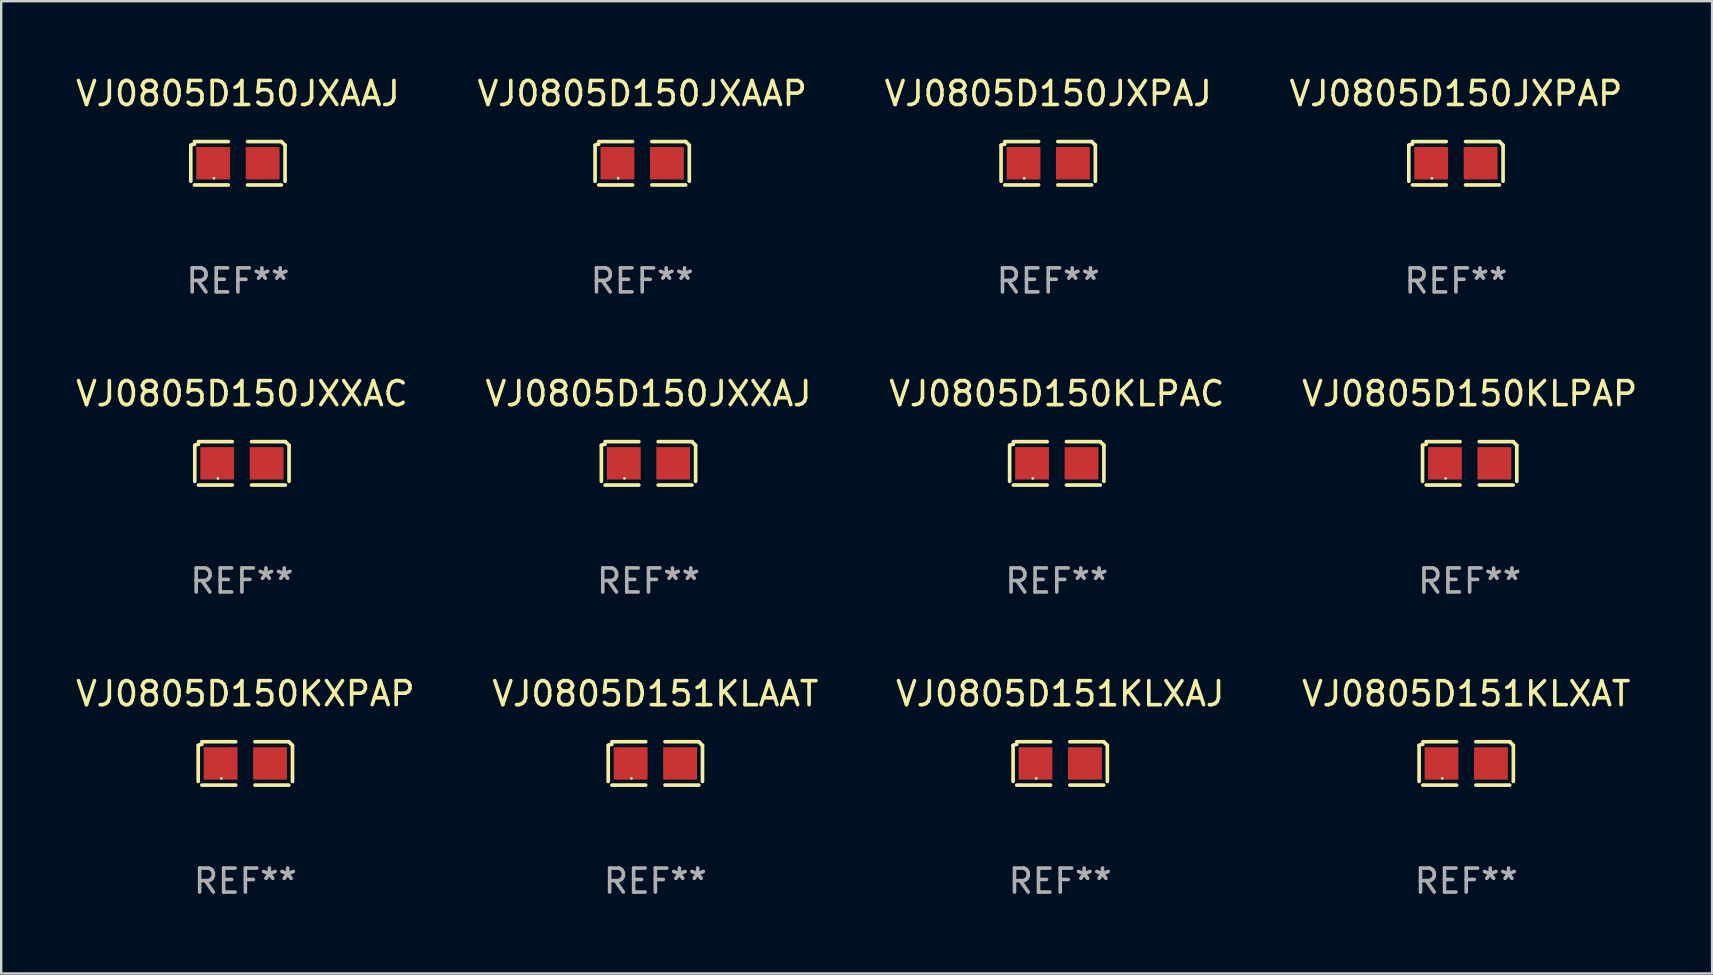
<source format=kicad_pcb>
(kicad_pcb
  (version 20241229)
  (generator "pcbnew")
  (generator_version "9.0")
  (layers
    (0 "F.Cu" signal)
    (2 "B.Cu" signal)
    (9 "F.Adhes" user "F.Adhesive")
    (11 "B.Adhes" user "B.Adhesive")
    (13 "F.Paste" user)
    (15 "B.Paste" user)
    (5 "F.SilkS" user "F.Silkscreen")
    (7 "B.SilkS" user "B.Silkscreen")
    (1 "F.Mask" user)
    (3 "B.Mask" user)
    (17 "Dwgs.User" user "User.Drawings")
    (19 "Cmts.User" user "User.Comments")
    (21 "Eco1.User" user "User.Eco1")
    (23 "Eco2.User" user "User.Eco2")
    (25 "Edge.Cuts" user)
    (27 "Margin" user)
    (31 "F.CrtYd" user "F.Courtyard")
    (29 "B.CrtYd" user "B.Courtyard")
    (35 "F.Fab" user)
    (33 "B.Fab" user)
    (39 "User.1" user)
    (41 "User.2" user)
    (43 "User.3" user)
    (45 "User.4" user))
  (footprint "VJ0805D151KLAAT"
    (layer "F.Cu")
    (at 24.256 28.759)
    (property "Reference" "VJ0805D151KLAAT" (at 0 -2.904 0) (layer "F.SilkS") (effects (font (size 1 1) (thickness 0.15))))
    (attr through_hole)
    (fp_line (start -1.964 0.751) (end -1.964 -0.751) (stroke (width 0.152) (type solid)) (layer "F.SilkS"))
    (fp_line (start -1.811 -0.904) (end -0.401 -0.904) (stroke (width 0.152) (type solid)) (layer "F.SilkS"))
    (fp_line (start -0.401 0.904) (end -1.811 0.904) (stroke (width 0.152) (type solid)) (layer "F.SilkS"))
    (fp_line (start 0.401 0.904) (end 1.811 0.904) (stroke (width 0.152) (type solid)) (layer "F.SilkS"))
    (fp_line (start 1.811 -0.904) (end 0.401 -0.904) (stroke (width 0.152) (type solid)) (layer "F.SilkS"))
    (fp_line (start 1.964 0.751) (end 1.964 -0.751) (stroke (width 0.152) (type solid)) (layer "F.SilkS"))
    (fp_arc (start -1.963602 -0.751207) (mid -1.890354 -0.783131) (end -1.811201 -0.794044) (stroke (width 0.1524) (type solid)) (layer "F.SilkS"))
    (fp_arc (start 1.811202 -0.903607) (mid 1.887413 -0.827418) (end 1.963602 -0.751207) (stroke (width 0.1524) (type solid)) (layer "F.SilkS"))
    (fp_circle (center -1 0.625) (end -0.97 0.625) (stroke (width 0.06) (type solid)) (fill no) (layer "F.SilkS"))
    (fp_text user "REF**" (at 0 4.904 0) (layer "F.Fab") (effects (font (size 1 1) (thickness 0.15))))
    (pad "1" smd rect (at -1.03 0) (size 1.41 1.35) (layers "F.Cu" "F.Mask" "F.Paste"))
    (pad "2" smd rect (at 1.03 0) (size 1.41 1.35) (layers "F.Cu" "F.Mask" "F.Paste")))
  (footprint "VJ0805D150KXPAP"
    (layer "F.Cu")
    (at 7.173 28.759)
    (property "Reference" "VJ0805D150KXPAP" (at 0 -2.904 0) (layer "F.SilkS") (effects (font (size 1 1) (thickness 0.15))))
    (attr through_hole)
    (fp_line (start -1.964 0.751) (end -1.964 -0.751) (stroke (width 0.152) (type solid)) (layer "F.SilkS"))
    (fp_line (start -1.811 -0.904) (end -0.401 -0.904) (stroke (width 0.152) (type solid)) (layer "F.SilkS"))
    (fp_line (start -0.401 0.904) (end -1.811 0.904) (stroke (width 0.152) (type solid)) (layer "F.SilkS"))
    (fp_line (start 0.401 0.904) (end 1.811 0.904) (stroke (width 0.152) (type solid)) (layer "F.SilkS"))
    (fp_line (start 1.811 -0.904) (end 0.401 -0.904) (stroke (width 0.152) (type solid)) (layer "F.SilkS"))
    (fp_line (start 1.964 0.751) (end 1.964 -0.751) (stroke (width 0.152) (type solid)) (layer "F.SilkS"))
    (fp_arc (start -1.963602 -0.751207) (mid -1.890354 -0.783131) (end -1.811201 -0.794044) (stroke (width 0.1524) (type solid)) (layer "F.SilkS"))
    (fp_arc (start 1.811202 -0.903607) (mid 1.887413 -0.827418) (end 1.963602 -0.751207) (stroke (width 0.1524) (type solid)) (layer "F.SilkS"))
    (fp_circle (center -1 0.625) (end -0.97 0.625) (stroke (width 0.06) (type solid)) (fill no) (layer "F.SilkS"))
    (fp_text user "REF**" (at 0 4.904 0) (layer "F.Fab") (effects (font (size 1 1) (thickness 0.15))))
    (pad "1" smd rect (at -1.03 0) (size 1.41 1.35) (layers "F.Cu" "F.Mask" "F.Paste"))
    (pad "2" smd rect (at 1.03 0) (size 1.41 1.35) (layers "F.Cu" "F.Mask" "F.Paste")))
  (footprint "VJ0805D151KLXAT"
    (layer "F.Cu")
    (at 58.042 28.759)
    (property "Reference" "VJ0805D151KLXAT" (at 0 -2.904 0) (layer "F.SilkS") (effects (font (size 1 1) (thickness 0.15))))
    (attr through_hole)
    (fp_line (start -1.964 0.751) (end -1.964 -0.751) (stroke (width 0.152) (type solid)) (layer "F.SilkS"))
    (fp_line (start -1.811 -0.904) (end -0.401 -0.904) (stroke (width 0.152) (type solid)) (layer "F.SilkS"))
    (fp_line (start -0.401 0.904) (end -1.811 0.904) (stroke (width 0.152) (type solid)) (layer "F.SilkS"))
    (fp_line (start 0.401 0.904) (end 1.811 0.904) (stroke (width 0.152) (type solid)) (layer "F.SilkS"))
    (fp_line (start 1.811 -0.904) (end 0.401 -0.904) (stroke (width 0.152) (type solid)) (layer "F.SilkS"))
    (fp_line (start 1.964 0.751) (end 1.964 -0.751) (stroke (width 0.152) (type solid)) (layer "F.SilkS"))
    (fp_arc (start -1.963602 -0.751207) (mid -1.890354 -0.783131) (end -1.811201 -0.794044) (stroke (width 0.1524) (type solid)) (layer "F.SilkS"))
    (fp_arc (start 1.811202 -0.903607) (mid 1.887413 -0.827418) (end 1.963602 -0.751207) (stroke (width 0.1524) (type solid)) (layer "F.SilkS"))
    (fp_circle (center -1 0.625) (end -0.97 0.625) (stroke (width 0.06) (type solid)) (fill no) (layer "F.SilkS"))
    (fp_text user "REF**" (at 0 4.904 0) (layer "F.Fab") (effects (font (size 1 1) (thickness 0.15))))
    (pad "1" smd rect (at -1.03 0) (size 1.41 1.35) (layers "F.Cu" "F.Mask" "F.Paste"))
    (pad "2" smd rect (at 1.03 0) (size 1.41 1.35) (layers "F.Cu" "F.Mask" "F.Paste")))
  (footprint "VJ0805D150JXXAC"
    (layer "F.Cu")
    (at 7.03 16.256)
    (property "Reference" "VJ0805D150JXXAC" (at 0 -2.904 0) (layer "F.SilkS") (effects (font (size 1 1) (thickness 0.15))))
    (attr through_hole)
    (fp_line (start -1.964 0.751) (end -1.964 -0.751) (stroke (width 0.152) (type solid)) (layer "F.SilkS"))
    (fp_line (start -1.811 -0.904) (end -0.401 -0.904) (stroke (width 0.152) (type solid)) (layer "F.SilkS"))
    (fp_line (start -0.401 0.904) (end -1.811 0.904) (stroke (width 0.152) (type solid)) (layer "F.SilkS"))
    (fp_line (start 0.401 0.904) (end 1.811 0.904) (stroke (width 0.152) (type solid)) (layer "F.SilkS"))
    (fp_line (start 1.811 -0.904) (end 0.401 -0.904) (stroke (width 0.152) (type solid)) (layer "F.SilkS"))
    (fp_line (start 1.964 0.751) (end 1.964 -0.751) (stroke (width 0.152) (type solid)) (layer "F.SilkS"))
    (fp_arc (start -1.963602 -0.751207) (mid -1.890354 -0.783131) (end -1.811201 -0.794044) (stroke (width 0.1524) (type solid)) (layer "F.SilkS"))
    (fp_arc (start 1.811202 -0.903607) (mid 1.887413 -0.827418) (end 1.963602 -0.751207) (stroke (width 0.1524) (type solid)) (layer "F.SilkS"))
    (fp_circle (center -1 0.625) (end -0.97 0.625) (stroke (width 0.06) (type solid)) (fill no) (layer "F.SilkS"))
    (fp_text user "REF**" (at 0 4.904 0) (layer "F.Fab") (effects (font (size 1 1) (thickness 0.15))))
    (pad "1" smd rect (at -1.03 0) (size 1.41 1.35) (layers "F.Cu" "F.Mask" "F.Paste"))
    (pad "2" smd rect (at 1.03 0) (size 1.41 1.35) (layers "F.Cu" "F.Mask" "F.Paste")))
  (footprint "VJ0805D150JXAAP"
    (layer "F.Cu")
    (at 23.708 3.752)
    (property "Reference" "VJ0805D150JXAAP" (at 0 -2.904 0) (layer "F.SilkS") (effects (font (size 1 1) (thickness 0.15))))
    (attr through_hole)
    (fp_line (start -1.964 0.751) (end -1.964 -0.751) (stroke (width 0.152) (type solid)) (layer "F.SilkS"))
    (fp_line (start -1.811 -0.904) (end -0.401 -0.904) (stroke (width 0.152) (type solid)) (layer "F.SilkS"))
    (fp_line (start -0.401 0.904) (end -1.811 0.904) (stroke (width 0.152) (type solid)) (layer "F.SilkS"))
    (fp_line (start 0.401 0.904) (end 1.811 0.904) (stroke (width 0.152) (type solid)) (layer "F.SilkS"))
    (fp_line (start 1.811 -0.904) (end 0.401 -0.904) (stroke (width 0.152) (type solid)) (layer "F.SilkS"))
    (fp_line (start 1.964 0.751) (end 1.964 -0.751) (stroke (width 0.152) (type solid)) (layer "F.SilkS"))
    (fp_arc (start -1.963602 -0.751207) (mid -1.890354 -0.783131) (end -1.811201 -0.794044) (stroke (width 0.1524) (type solid)) (layer "F.SilkS"))
    (fp_arc (start 1.811202 -0.903607) (mid 1.887413 -0.827418) (end 1.963602 -0.751207) (stroke (width 0.1524) (type solid)) (layer "F.SilkS"))
    (fp_circle (center -1 0.625) (end -0.97 0.625) (stroke (width 0.06) (type solid)) (fill no) (layer "F.SilkS"))
    (fp_text user "REF**" (at 0 4.904 0) (layer "F.Fab") (effects (font (size 1 1) (thickness 0.15))))
    (pad "1" smd rect (at -1.03 0) (size 1.41 1.35) (layers "F.Cu" "F.Mask" "F.Paste"))
    (pad "2" smd rect (at 1.03 0) (size 1.41 1.35) (layers "F.Cu" "F.Mask" "F.Paste")))
  (footprint "VJ0805D150JXAAJ"
    (layer "F.Cu")
    (at 6.863 3.752)
    (property "Reference" "VJ0805D150JXAAJ" (at 0 -2.904 0) (layer "F.SilkS") (effects (font (size 1 1) (thickness 0.15))))
    (attr through_hole)
    (fp_line (start -1.964 0.751) (end -1.964 -0.751) (stroke (width 0.152) (type solid)) (layer "F.SilkS"))
    (fp_line (start -1.811 -0.904) (end -0.401 -0.904) (stroke (width 0.152) (type solid)) (layer "F.SilkS"))
    (fp_line (start -0.401 0.904) (end -1.811 0.904) (stroke (width 0.152) (type solid)) (layer "F.SilkS"))
    (fp_line (start 0.401 0.904) (end 1.811 0.904) (stroke (width 0.152) (type solid)) (layer "F.SilkS"))
    (fp_line (start 1.811 -0.904) (end 0.401 -0.904) (stroke (width 0.152) (type solid)) (layer "F.SilkS"))
    (fp_line (start 1.964 0.751) (end 1.964 -0.751) (stroke (width 0.152) (type solid)) (layer "F.SilkS"))
    (fp_arc (start -1.963602 -0.751207) (mid -1.890354 -0.783131) (end -1.811201 -0.794044) (stroke (width 0.1524) (type solid)) (layer "F.SilkS"))
    (fp_arc (start 1.811202 -0.903607) (mid 1.887413 -0.827418) (end 1.963602 -0.751207) (stroke (width 0.1524) (type solid)) (layer "F.SilkS"))
    (fp_circle (center -1 0.625) (end -0.97 0.625) (stroke (width 0.06) (type solid)) (fill no) (layer "F.SilkS"))
    (fp_text user "REF**" (at 0 4.904 0) (layer "F.Fab") (effects (font (size 1 1) (thickness 0.15))))
    (pad "1" smd rect (at -1.03 0) (size 1.41 1.35) (layers "F.Cu" "F.Mask" "F.Paste"))
    (pad "2" smd rect (at 1.03 0) (size 1.41 1.35) (layers "F.Cu" "F.Mask" "F.Paste")))
  (footprint "VJ0805D150KLPAC"
    (layer "F.Cu")
    (at 40.982 16.256)
    (property "Reference" "VJ0805D150KLPAC" (at 0 -2.904 0) (layer "F.SilkS") (effects (font (size 1 1) (thickness 0.15))))
    (attr through_hole)
    (fp_line (start -1.964 0.751) (end -1.964 -0.751) (stroke (width 0.152) (type solid)) (layer "F.SilkS"))
    (fp_line (start -1.811 -0.904) (end -0.401 -0.904) (stroke (width 0.152) (type solid)) (layer "F.SilkS"))
    (fp_line (start -0.401 0.904) (end -1.811 0.904) (stroke (width 0.152) (type solid)) (layer "F.SilkS"))
    (fp_line (start 0.401 0.904) (end 1.811 0.904) (stroke (width 0.152) (type solid)) (layer "F.SilkS"))
    (fp_line (start 1.811 -0.904) (end 0.401 -0.904) (stroke (width 0.152) (type solid)) (layer "F.SilkS"))
    (fp_line (start 1.964 0.751) (end 1.964 -0.751) (stroke (width 0.152) (type solid)) (layer "F.SilkS"))
    (fp_arc (start -1.963602 -0.751207) (mid -1.890354 -0.783131) (end -1.811201 -0.794044) (stroke (width 0.1524) (type solid)) (layer "F.SilkS"))
    (fp_arc (start 1.811202 -0.903607) (mid 1.887413 -0.827418) (end 1.963602 -0.751207) (stroke (width 0.1524) (type solid)) (layer "F.SilkS"))
    (fp_circle (center -1 0.625) (end -0.97 0.625) (stroke (width 0.06) (type solid)) (fill no) (layer "F.SilkS"))
    (fp_text user "REF**" (at 0 4.904 0) (layer "F.Fab") (effects (font (size 1 1) (thickness 0.15))))
    (pad "1" smd rect (at -1.03 0) (size 1.41 1.35) (layers "F.Cu" "F.Mask" "F.Paste"))
    (pad "2" smd rect (at 1.03 0) (size 1.41 1.35) (layers "F.Cu" "F.Mask" "F.Paste")))
  (footprint "VJ0805D150KLPAP"
    (layer "F.Cu")
    (at 58.185 16.256)
    (property "Reference" "VJ0805D150KLPAP" (at 0 -2.904 0) (layer "F.SilkS") (effects (font (size 1 1) (thickness 0.15))))
    (attr through_hole)
    (fp_line (start -1.964 0.751) (end -1.964 -0.751) (stroke (width 0.152) (type solid)) (layer "F.SilkS"))
    (fp_line (start -1.811 -0.904) (end -0.401 -0.904) (stroke (width 0.152) (type solid)) (layer "F.SilkS"))
    (fp_line (start -0.401 0.904) (end -1.811 0.904) (stroke (width 0.152) (type solid)) (layer "F.SilkS"))
    (fp_line (start 0.401 0.904) (end 1.811 0.904) (stroke (width 0.152) (type solid)) (layer "F.SilkS"))
    (fp_line (start 1.811 -0.904) (end 0.401 -0.904) (stroke (width 0.152) (type solid)) (layer "F.SilkS"))
    (fp_line (start 1.964 0.751) (end 1.964 -0.751) (stroke (width 0.152) (type solid)) (layer "F.SilkS"))
    (fp_arc (start -1.963602 -0.751207) (mid -1.890354 -0.783131) (end -1.811201 -0.794044) (stroke (width 0.1524) (type solid)) (layer "F.SilkS"))
    (fp_arc (start 1.811202 -0.903607) (mid 1.887413 -0.827418) (end 1.963602 -0.751207) (stroke (width 0.1524) (type solid)) (layer "F.SilkS"))
    (fp_circle (center -1 0.625) (end -0.97 0.625) (stroke (width 0.06) (type solid)) (fill no) (layer "F.SilkS"))
    (fp_text user "REF**" (at 0 4.904 0) (layer "F.Fab") (effects (font (size 1 1) (thickness 0.15))))
    (pad "1" smd rect (at -1.03 0) (size 1.41 1.35) (layers "F.Cu" "F.Mask" "F.Paste"))
    (pad "2" smd rect (at 1.03 0) (size 1.41 1.35) (layers "F.Cu" "F.Mask" "F.Paste")))
  (footprint "VJ0805D150JXPAP"
    (layer "F.Cu")
    (at 57.613 3.752)
    (property "Reference" "VJ0805D150JXPAP" (at 0 -2.904 0) (layer "F.SilkS") (effects (font (size 1 1) (thickness 0.15))))
    (attr through_hole)
    (fp_line (start -1.964 0.751) (end -1.964 -0.751) (stroke (width 0.152) (type solid)) (layer "F.SilkS"))
    (fp_line (start -1.811 -0.904) (end -0.401 -0.904) (stroke (width 0.152) (type solid)) (layer "F.SilkS"))
    (fp_line (start -0.401 0.904) (end -1.811 0.904) (stroke (width 0.152) (type solid)) (layer "F.SilkS"))
    (fp_line (start 0.401 0.904) (end 1.811 0.904) (stroke (width 0.152) (type solid)) (layer "F.SilkS"))
    (fp_line (start 1.811 -0.904) (end 0.401 -0.904) (stroke (width 0.152) (type solid)) (layer "F.SilkS"))
    (fp_line (start 1.964 0.751) (end 1.964 -0.751) (stroke (width 0.152) (type solid)) (layer "F.SilkS"))
    (fp_arc (start -1.963602 -0.751207) (mid -1.890354 -0.783131) (end -1.811201 -0.794044) (stroke (width 0.1524) (type solid)) (layer "F.SilkS"))
    (fp_arc (start 1.811202 -0.903607) (mid 1.887413 -0.827418) (end 1.963602 -0.751207) (stroke (width 0.1524) (type solid)) (layer "F.SilkS"))
    (fp_circle (center -1 0.625) (end -0.97 0.625) (stroke (width 0.06) (type solid)) (fill no) (layer "F.SilkS"))
    (fp_text user "REF**" (at 0 4.904 0) (layer "F.Fab") (effects (font (size 1 1) (thickness 0.15))))
    (pad "1" smd rect (at -1.03 0) (size 1.41 1.35) (layers "F.Cu" "F.Mask" "F.Paste"))
    (pad "2" smd rect (at 1.03 0) (size 1.41 1.35) (layers "F.Cu" "F.Mask" "F.Paste")))
  (footprint "VJ0805D150JXPAJ"
    (layer "F.Cu")
    (at 40.625 3.752)
    (property "Reference" "VJ0805D150JXPAJ" (at 0 -2.904 0) (layer "F.SilkS") (effects (font (size 1 1) (thickness 0.15))))
    (attr through_hole)
    (fp_line (start -1.964 0.751) (end -1.964 -0.751) (stroke (width 0.152) (type solid)) (layer "F.SilkS"))
    (fp_line (start -1.811 -0.904) (end -0.401 -0.904) (stroke (width 0.152) (type solid)) (layer "F.SilkS"))
    (fp_line (start -0.401 0.904) (end -1.811 0.904) (stroke (width 0.152) (type solid)) (layer "F.SilkS"))
    (fp_line (start 0.401 0.904) (end 1.811 0.904) (stroke (width 0.152) (type solid)) (layer "F.SilkS"))
    (fp_line (start 1.811 -0.904) (end 0.401 -0.904) (stroke (width 0.152) (type solid)) (layer "F.SilkS"))
    (fp_line (start 1.964 0.751) (end 1.964 -0.751) (stroke (width 0.152) (type solid)) (layer "F.SilkS"))
    (fp_arc (start -1.963602 -0.751207) (mid -1.890354 -0.783131) (end -1.811201 -0.794044) (stroke (width 0.1524) (type solid)) (layer "F.SilkS"))
    (fp_arc (start 1.811202 -0.903607) (mid 1.887413 -0.827418) (end 1.963602 -0.751207) (stroke (width 0.1524) (type solid)) (layer "F.SilkS"))
    (fp_circle (center -1 0.625) (end -0.97 0.625) (stroke (width 0.06) (type solid)) (fill no) (layer "F.SilkS"))
    (fp_text user "REF**" (at 0 4.904 0) (layer "F.Fab") (effects (font (size 1 1) (thickness 0.15))))
    (pad "1" smd rect (at -1.03 0) (size 1.41 1.35) (layers "F.Cu" "F.Mask" "F.Paste"))
    (pad "2" smd rect (at 1.03 0) (size 1.41 1.35) (layers "F.Cu" "F.Mask" "F.Paste")))
  (footprint "VJ0805D151KLXAJ"
    (layer "F.Cu")
    (at 41.125 28.759)
    (property "Reference" "VJ0805D151KLXAJ" (at 0 -2.904 0) (layer "F.SilkS") (effects (font (size 1 1) (thickness 0.15))))
    (attr through_hole)
    (fp_line (start -1.964 0.751) (end -1.964 -0.751) (stroke (width 0.152) (type solid)) (layer "F.SilkS"))
    (fp_line (start -1.811 -0.904) (end -0.401 -0.904) (stroke (width 0.152) (type solid)) (layer "F.SilkS"))
    (fp_line (start -0.401 0.904) (end -1.811 0.904) (stroke (width 0.152) (type solid)) (layer "F.SilkS"))
    (fp_line (start 0.401 0.904) (end 1.811 0.904) (stroke (width 0.152) (type solid)) (layer "F.SilkS"))
    (fp_line (start 1.811 -0.904) (end 0.401 -0.904) (stroke (width 0.152) (type solid)) (layer "F.SilkS"))
    (fp_line (start 1.964 0.751) (end 1.964 -0.751) (stroke (width 0.152) (type solid)) (layer "F.SilkS"))
    (fp_arc (start -1.963602 -0.751207) (mid -1.890354 -0.783131) (end -1.811201 -0.794044) (stroke (width 0.1524) (type solid)) (layer "F.SilkS"))
    (fp_arc (start 1.811202 -0.903607) (mid 1.887413 -0.827418) (end 1.963602 -0.751207) (stroke (width 0.1524) (type solid)) (layer "F.SilkS"))
    (fp_circle (center -1 0.625) (end -0.97 0.625) (stroke (width 0.06) (type solid)) (fill no) (layer "F.SilkS"))
    (fp_text user "REF**" (at 0 4.904 0) (layer "F.Fab") (effects (font (size 1 1) (thickness 0.15))))
    (pad "1" smd rect (at -1.03 0) (size 1.41 1.35) (layers "F.Cu" "F.Mask" "F.Paste"))
    (pad "2" smd rect (at 1.03 0) (size 1.41 1.35) (layers "F.Cu" "F.Mask" "F.Paste")))
  (footprint "VJ0805D150JXXAJ"
    (layer "F.Cu")
    (at 23.97 16.256)
    (property "Reference" "VJ0805D150JXXAJ" (at 0 -2.904 0) (layer "F.SilkS") (effects (font (size 1 1) (thickness 0.15))))
    (attr through_hole)
    (fp_line (start -1.964 0.751) (end -1.964 -0.751) (stroke (width 0.152) (type solid)) (layer "F.SilkS"))
    (fp_line (start -1.811 -0.904) (end -0.401 -0.904) (stroke (width 0.152) (type solid)) (layer "F.SilkS"))
    (fp_line (start -0.401 0.904) (end -1.811 0.904) (stroke (width 0.152) (type solid)) (layer "F.SilkS"))
    (fp_line (start 0.401 0.904) (end 1.811 0.904) (stroke (width 0.152) (type solid)) (layer "F.SilkS"))
    (fp_line (start 1.811 -0.904) (end 0.401 -0.904) (stroke (width 0.152) (type solid)) (layer "F.SilkS"))
    (fp_line (start 1.964 0.751) (end 1.964 -0.751) (stroke (width 0.152) (type solid)) (layer "F.SilkS"))
    (fp_arc (start -1.963602 -0.751207) (mid -1.890354 -0.783131) (end -1.811201 -0.794044) (stroke (width 0.1524) (type solid)) (layer "F.SilkS"))
    (fp_arc (start 1.811202 -0.903607) (mid 1.887413 -0.827418) (end 1.963602 -0.751207) (stroke (width 0.1524) (type solid)) (layer "F.SilkS"))
    (fp_circle (center -1 0.625) (end -0.97 0.625) (stroke (width 0.06) (type solid)) (fill no) (layer "F.SilkS"))
    (fp_text user "REF**" (at 0 4.904 0) (layer "F.Fab") (effects (font (size 1 1) (thickness 0.15))))
    (pad "1" smd rect (at -1.03 0) (size 1.41 1.35) (layers "F.Cu" "F.Mask" "F.Paste"))
    (pad "2" smd rect (at 1.03 0) (size 1.41 1.35) (layers "F.Cu" "F.Mask" "F.Paste")))
  (gr_rect
    (start -3 -3)
    (end 68.286 37.511)
    (stroke (width 0.1) (type default))
    (fill no)
    (layer "Edge.Cuts")))
</source>
